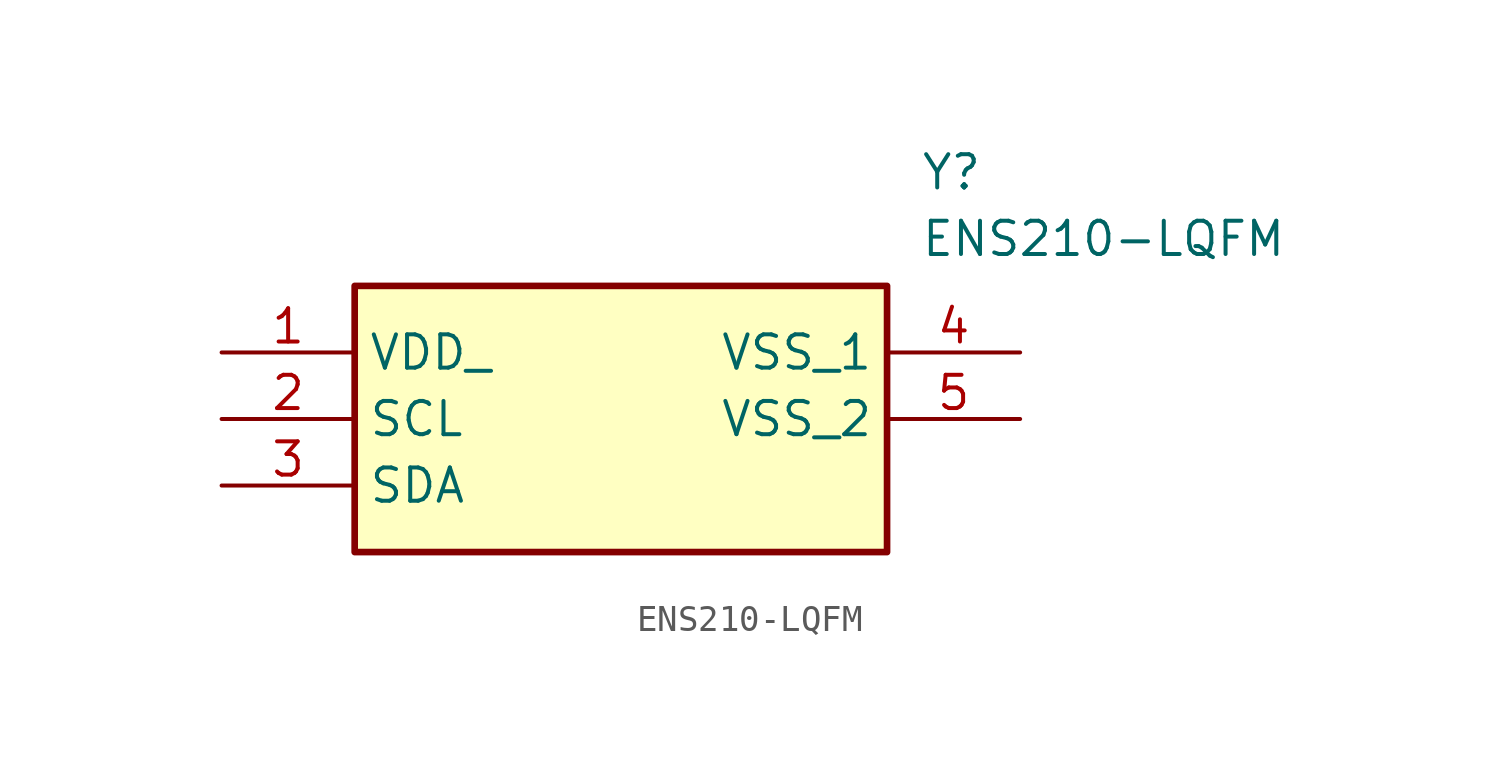
<source format=kicad_sym>
(kicad_symbol_lib
  (version 20211014)
  (generator SamacSys_ECAD_Model)
  (symbol "ENS210-LQFM"
    (property "Reference" "Y"
      (at 26.67 7.62 0)
      (effects (font (size 1.27 1.27)) (justify left top)))
    (property "Value" "ENS210-LQFM"
      (at 26.67 5.08 0)
      (effects (font (size 1.27 1.27)) (justify left top)))
    (rectangle
      (start 5.08 2.54)
      (end 25.4 -7.62)
      (stroke (width 0.254) (type default))
      (fill (type background)))
    (pin passive line
      (at 0 0 0)
      (length 5.08)
      (name "VDD_" (effects (font (size 1.27 1.27))))
      (number "1" (effects (font (size 1.27 1.27)))))
    (pin passive line
      (at 0 -2.54 0)
      (length 5.08)
      (name "SCL" (effects (font (size 1.27 1.27))))
      (number "2" (effects (font (size 1.27 1.27)))))
    (pin passive line
      (at 0 -5.08 0)
      (length 5.08)
      (name "SDA" (effects (font (size 1.27 1.27))))
      (number "3" (effects (font (size 1.27 1.27)))))
    (pin passive line
      (at 30.48 0 180)
      (length 5.08)
      (name "VSS_1" (effects (font (size 1.27 1.27))))
      (number "4" (effects (font (size 1.27 1.27)))))
    (pin passive line
      (at 30.48 -2.54 180)
      (length 5.08)
      (name "VSS_2" (effects (font (size 1.27 1.27))))
      (number "5" (effects (font (size 1.27 1.27)))))))
</source>
